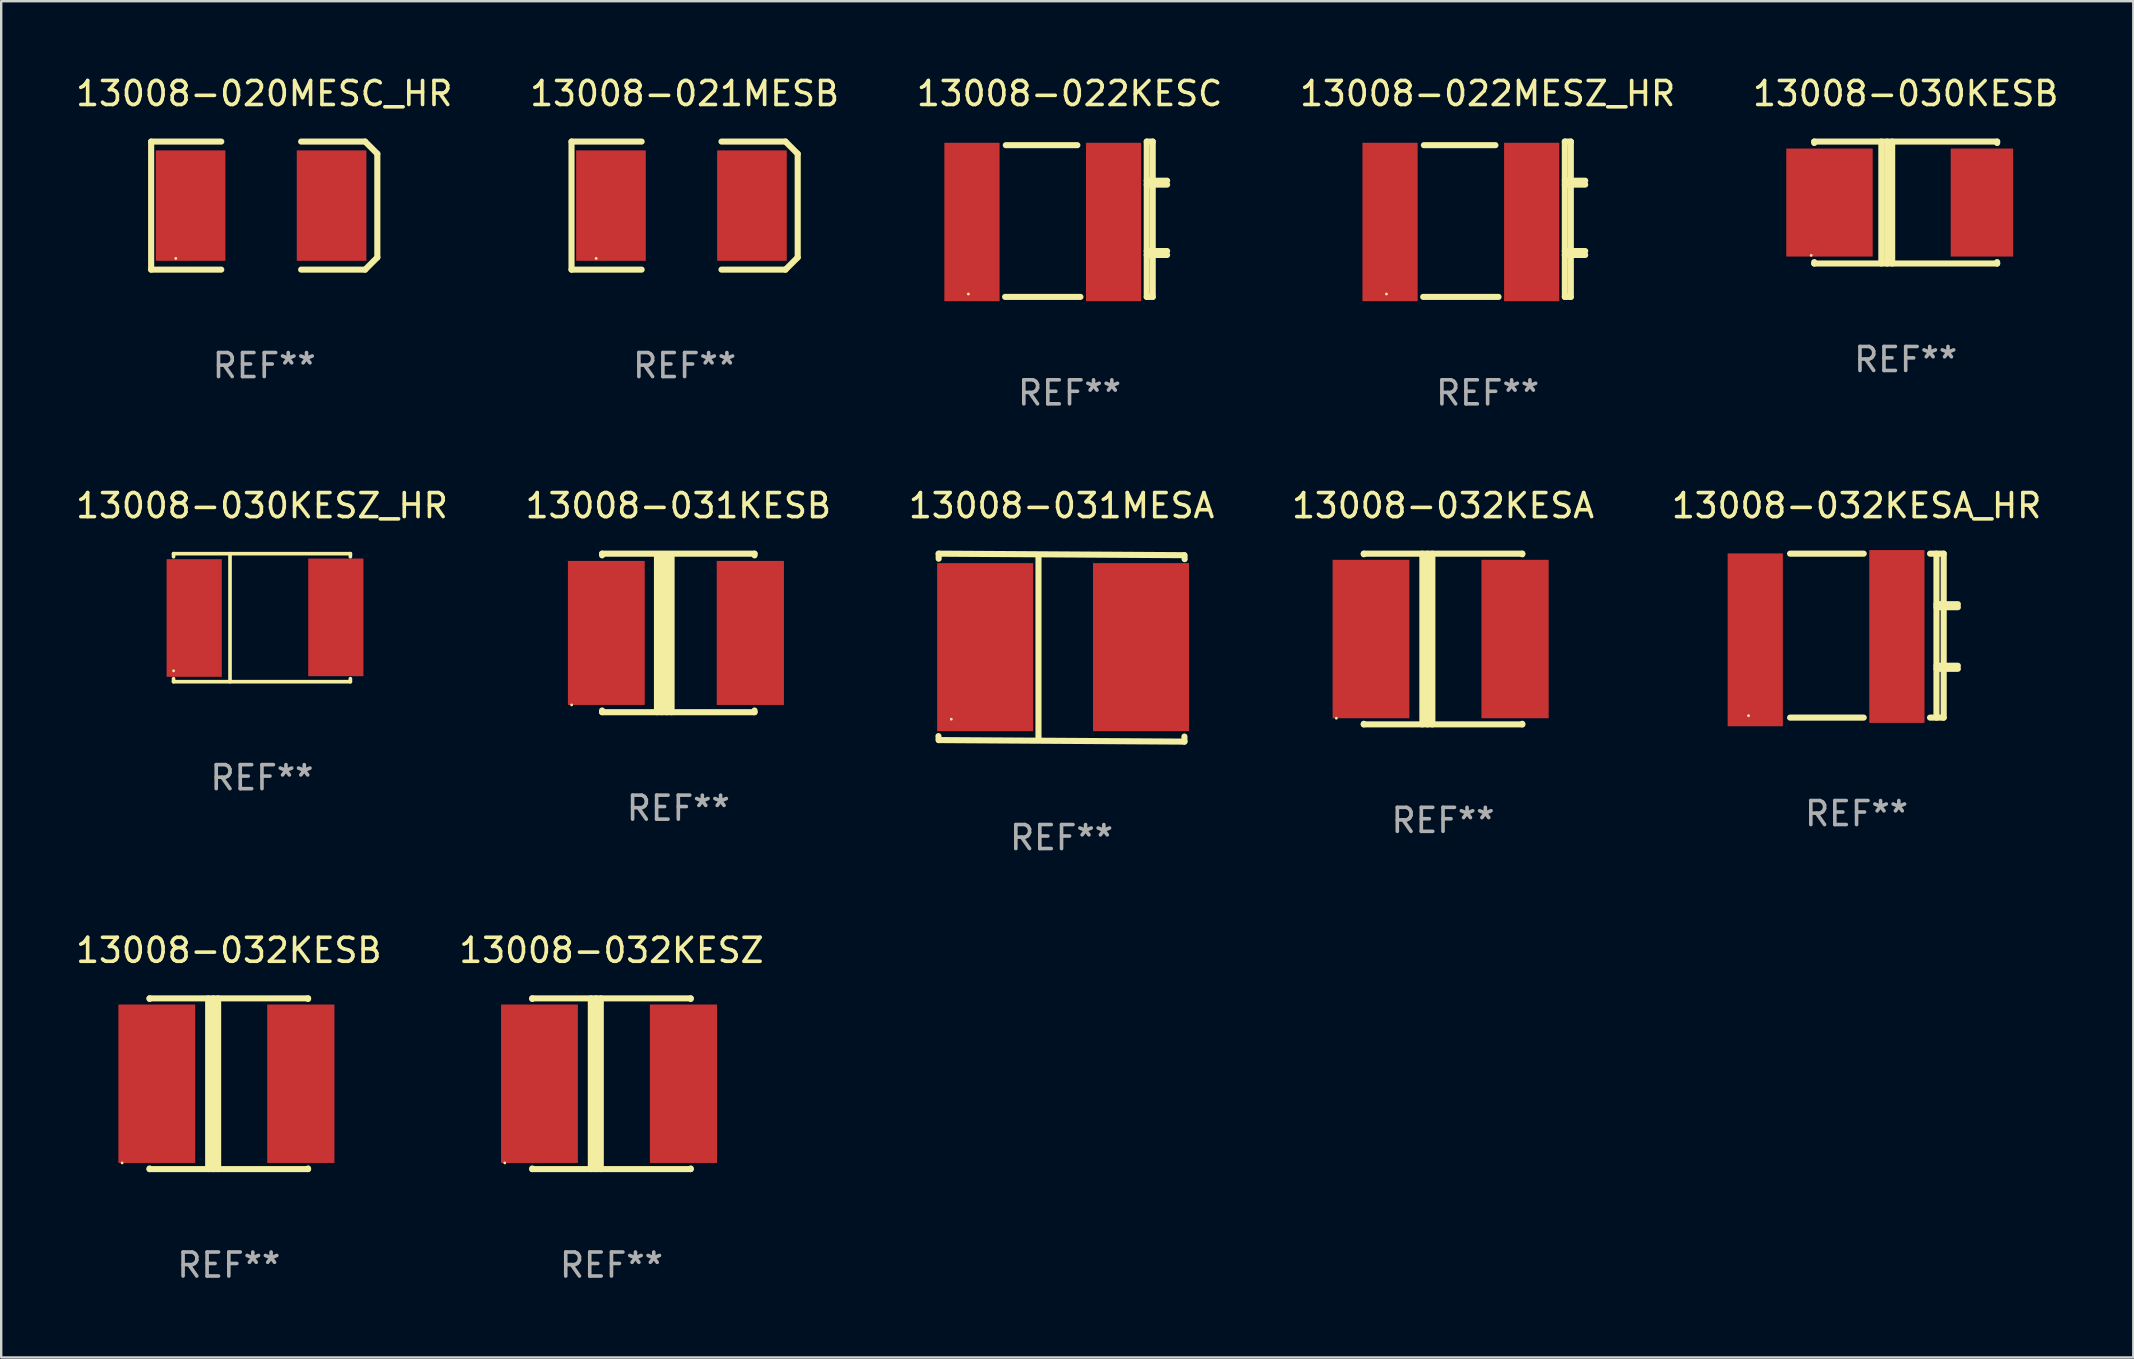
<source format=kicad_pcb>
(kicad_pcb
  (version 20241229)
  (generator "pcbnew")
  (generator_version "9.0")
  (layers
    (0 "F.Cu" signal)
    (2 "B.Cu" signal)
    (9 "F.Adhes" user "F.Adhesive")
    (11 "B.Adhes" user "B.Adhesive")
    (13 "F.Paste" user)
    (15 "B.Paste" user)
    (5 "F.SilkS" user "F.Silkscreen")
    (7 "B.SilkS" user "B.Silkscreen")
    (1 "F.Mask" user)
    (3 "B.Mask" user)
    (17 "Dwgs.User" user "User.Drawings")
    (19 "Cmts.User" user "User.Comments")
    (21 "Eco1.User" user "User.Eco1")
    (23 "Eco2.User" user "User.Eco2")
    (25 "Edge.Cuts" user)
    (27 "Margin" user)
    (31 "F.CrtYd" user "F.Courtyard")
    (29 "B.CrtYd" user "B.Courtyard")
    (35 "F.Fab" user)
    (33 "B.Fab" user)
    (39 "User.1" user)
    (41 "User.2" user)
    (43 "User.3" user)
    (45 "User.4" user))
  (footprint "13008-032KESA_HR"
    (layer "F.Cu")
    (at 74.292 23.43)
    (property "Reference" "13008-032KESA_HR" (at 0 -5.415 0) (layer "F.SilkS") (effects (font (size 1 1) (thickness 0.15))))
    (attr through_hole)
    (fp_line (start -2.77 -3.415) (end 0.299 -3.415) (stroke (width 0.254) (type solid)) (layer "F.SilkS"))
    (fp_line (start 0.299 3.415) (end -2.769 3.415) (stroke (width 0.254) (type solid)) (layer "F.SilkS"))
    (fp_line (start 3.061 -3.415) (end 3.63 -3.415) (stroke (width 0.254) (type solid)) (layer "F.SilkS"))
    (fp_line (start 3.329 -3.415) (end 3.329 3.415) (stroke (width 0.254) (type solid)) (layer "F.SilkS"))
    (fp_line (start 3.329 -1.311) (end 4.22 -1.311) (stroke (width 0.254) (type solid)) (layer "F.SilkS"))
    (fp_line (start 3.329 -1.184) (end 4.22 -1.184) (stroke (width 0.254) (type solid)) (layer "F.SilkS"))
    (fp_line (start 3.33 1.254) (end 4.22 1.254) (stroke (width 0.254) (type solid)) (layer "F.SilkS"))
    (fp_line (start 3.33 1.381) (end 4.22 1.381) (stroke (width 0.254) (type solid)) (layer "F.SilkS"))
    (fp_line (start 3.63 -3.415) (end 3.63 3.415) (stroke (width 0.254) (type solid)) (layer "F.SilkS"))
    (fp_line (start 3.63 3.415) (end 3.061 3.415) (stroke (width 0.254) (type solid)) (layer "F.SilkS"))
    (fp_circle (center -4.5 3.335) (end -4.47 3.335) (stroke (width 0.06) (type solid)) (fill no) (layer "F.SilkS"))
    (fp_text user "REF**" (at 0 7.415 0) (layer "F.Fab") (effects (font (size 1 1) (thickness 0.15))))
    (pad "1" smd rect (at -4.22 0.175) (size 2.3 7.2) (layers "F.Cu" "F.Mask" "F.Paste"))
    (pad "2" smd rect (at 1.68 0.035) (size 2.3 7.2) (layers "F.Cu" "F.Mask" "F.Paste")))
  (footprint "13008-020MESC_HR"
    (layer "F.Cu")
    (at 7.958 5.515)
    (property "Reference" "13008-020MESC_HR" (at 0 -4.667 0) (layer "F.SilkS") (effects (font (size 1 1) (thickness 0.15))))
    (attr through_hole)
    (fp_line (start -4.711 -2.667) (end -4.711 2.667) (stroke (width 0.254) (type solid)) (layer "F.SilkS"))
    (fp_line (start -4.711 -2.667) (end -1.79 -2.667) (stroke (width 0.254) (type solid)) (layer "F.SilkS"))
    (fp_line (start -4.711 2.667) (end -1.79 2.667) (stroke (width 0.254) (type solid)) (layer "F.SilkS"))
    (fp_line (start 4.203 -2.667) (end 1.536 -2.667) (stroke (width 0.254) (type solid)) (layer "F.SilkS"))
    (fp_line (start 4.203 2.667) (end 1.536 2.667) (stroke (width 0.254) (type solid)) (layer "F.SilkS"))
    (fp_line (start 4.203 2.667) (end 4.711 2.159) (stroke (width 0.254) (type solid)) (layer "F.SilkS"))
    (fp_line (start 4.711 -2.159) (end 4.203 -2.667) (stroke (width 0.254) (type solid)) (layer "F.SilkS"))
    (fp_line (start 4.711 2.159) (end 4.711 -2.159) (stroke (width 0.254) (type solid)) (layer "F.SilkS"))
    (fp_circle (center -3.685 2.2) (end -3.655 2.2) (stroke (width 0.06) (type solid)) (fill no) (layer "F.SilkS"))
    (fp_text user "REF**" (at 0 6.667 0) (layer "F.Fab") (effects (font (size 1 1) (thickness 0.15))))
    (pad "1" smd rect (at -3.068 0) (size 2.9 4.6) (layers "F.Cu" "F.Mask" "F.Paste"))
    (pad "2" smd rect (at 2.805 0) (size 2.9 4.6) (layers "F.Cu" "F.Mask" "F.Paste")))
  (footprint "13008-031MESA"
    (layer "F.Cu")
    (at 41.173 23.93)
    (property "Reference" "13008-031MESA" (at 0 -5.915 0) (layer "F.SilkS") (effects (font (size 1 1) (thickness 0.15))))
    (attr through_hole)
    (fp_line (start -5.119 -3.915) (end 5.117 -3.851) (stroke (width 0.254) (type solid)) (layer "F.SilkS"))
    (fp_line (start -5.119 -3.704) (end -5.119 -3.915) (stroke (width 0.254) (type solid)) (layer "F.SilkS"))
    (fp_line (start -5.117 3.851) (end -5.128 3.686) (stroke (width 0.254) (type solid)) (layer "F.SilkS"))
    (fp_line (start -0.961 -3.801) (end -0.961 3.824) (stroke (width 0.254) (type solid)) (layer "F.SilkS"))
    (fp_line (start 5.117 -3.851) (end 5.128 -3.686) (stroke (width 0.254) (type solid)) (layer "F.SilkS"))
    (fp_line (start 5.119 3.704) (end 5.119 3.915) (stroke (width 0.254) (type solid)) (layer "F.SilkS"))
    (fp_line (start 5.119 3.915) (end -5.117 3.851) (stroke (width 0.254) (type solid)) (layer "F.SilkS"))
    (fp_circle (center -4.594 2.98) (end -4.564 2.98) (stroke (width 0.06) (type solid)) (fill no) (layer "F.SilkS"))
    (fp_text user "REF**" (at 0 7.915 0) (layer "F.Fab") (effects (font (size 1 1) (thickness 0.15))))
    (pad "1" smd rect (at -3.182 -0.02) (size 4 7) (layers "F.Cu" "F.Mask" "F.Paste"))
    (pad "2" smd rect (at 3.311 -0.02) (size 4 7) (layers "F.Cu" "F.Mask" "F.Paste")))
  (footprint "13008-031KESB"
    (layer "F.Cu")
    (at 25.208 23.317)
    (property "Reference" "13008-031KESB" (at 0 -5.302 0) (layer "F.SilkS") (effects (font (size 1 1) (thickness 0.15))))
    (attr through_hole)
    (fp_line (start -3.175 -3.231) (end -3.175 -3.302) (stroke (width 0.254) (type solid)) (layer "F.SilkS"))
    (fp_line (start -3.175 3.302) (end -3.175 3.231) (stroke (width 0.254) (type solid)) (layer "F.SilkS"))
    (fp_line (start -3.175 3.302) (end 3.175 3.302) (stroke (width 0.254) (type solid)) (layer "F.SilkS"))
    (fp_line (start -0.889 -3.175) (end -0.889 3.302) (stroke (width 0.254) (type solid)) (layer "F.SilkS"))
    (fp_line (start -0.688 -3.175) (end -0.688 3.302) (stroke (width 0.254) (type solid)) (layer "F.SilkS"))
    (fp_line (start -0.478 -3.175) (end -0.478 3.302) (stroke (width 0.254) (type solid)) (layer "F.SilkS"))
    (fp_line (start -0.281 -3.175) (end -0.281 3.302) (stroke (width 0.254) (type solid)) (layer "F.SilkS"))
    (fp_line (start 3.175 -3.302) (end -3.175 -3.302) (stroke (width 0.254) (type solid)) (layer "F.SilkS"))
    (fp_line (start 3.175 -3.302) (end 3.175 -3.231) (stroke (width 0.254) (type solid)) (layer "F.SilkS"))
    (fp_line (start 3.175 3.231) (end 3.175 3.302) (stroke (width 0.254) (type solid)) (layer "F.SilkS"))
    (fp_circle (center -4.445 3) (end -4.415 3) (stroke (width 0.06) (type solid)) (fill no) (layer "F.SilkS"))
    (fp_text user "REF**" (at 0 7.302 0) (layer "F.Fab") (effects (font (size 1 1) (thickness 0.15))))
    (pad "1" smd rect (at -3 0) (size 3.2 6) (layers "F.Cu" "F.Mask" "F.Paste"))
    (pad "2" smd rect (at 3 0) (size 2.8 6) (layers "F.Cu" "F.Mask" "F.Paste")))
  (footprint "13008-032KESA"
    (layer "F.Cu")
    (at 57.065 23.571)
    (property "Reference" "13008-032KESA" (at 0 -5.556 0) (layer "F.SilkS") (effects (font (size 1 1) (thickness 0.15))))
    (attr through_hole)
    (fp_line (start -3.302 -3.556) (end 3.302 -3.556) (stroke (width 0.254) (type solid)) (layer "F.SilkS"))
    (fp_line (start -3.302 -3.531) (end -3.302 -3.556) (stroke (width 0.254) (type solid)) (layer "F.SilkS"))
    (fp_line (start -3.302 3.556) (end -3.302 3.531) (stroke (width 0.254) (type solid)) (layer "F.SilkS"))
    (fp_line (start -0.86 -3.556) (end -0.86 3.556) (stroke (width 0.254) (type solid)) (layer "F.SilkS"))
    (fp_line (start -0.646 3.556) (end -0.646 -3.556) (stroke (width 0.254) (type solid)) (layer "F.SilkS"))
    (fp_line (start -0.445 -3.556) (end -0.445 3.556) (stroke (width 0.254) (type solid)) (layer "F.SilkS"))
    (fp_line (start 3.302 -3.556) (end 3.302 -3.531) (stroke (width 0.254) (type solid)) (layer "F.SilkS"))
    (fp_line (start 3.302 3.531) (end 3.302 3.556) (stroke (width 0.254) (type solid)) (layer "F.SilkS"))
    (fp_line (start 3.302 3.556) (end -3.302 3.556) (stroke (width 0.254) (type solid)) (layer "F.SilkS"))
    (fp_circle (center -4.445 3.3) (end -4.415 3.3) (stroke (width 0.06) (type solid)) (fill no) (layer "F.SilkS"))
    (fp_text user "REF**" (at 0 7.556 0) (layer "F.Fab") (effects (font (size 1 1) (thickness 0.15))))
    (pad "1" smd rect (at -3 0) (size 3.2 6.6) (layers "F.Cu" "F.Mask" "F.Paste"))
    (pad "2" smd rect (at 3 0) (size 2.8 6.6) (layers "F.Cu" "F.Mask" "F.Paste")))
  (footprint "13008-022KESC"
    (layer "F.Cu")
    (at 41.506 6.083)
    (property "Reference" "13008-022KESC" (at 0 -5.235 0) (layer "F.SilkS") (effects (font (size 1 1) (thickness 0.15))))
    (attr through_hole)
    (fp_line (start -2.655 -3.085) (end 0.325 -3.085) (stroke (width 0.254) (type solid)) (layer "F.SilkS"))
    (fp_line (start 0.454 3.235) (end -2.685 3.235) (stroke (width 0.254) (type solid)) (layer "F.SilkS"))
    (fp_line (start 3.215 1.325) (end 4.064 1.325) (stroke (width 0.254) (type solid)) (layer "F.SilkS"))
    (fp_line (start 3.215 1.488) (end 4.064 1.488) (stroke (width 0.254) (type solid)) (layer "F.SilkS"))
    (fp_line (start 3.216 -3.235) (end 3.216 3.235) (stroke (width 0.254) (type solid)) (layer "F.SilkS"))
    (fp_line (start 3.216 -3.235) (end 3.465 -3.235) (stroke (width 0.254) (type solid)) (layer "F.SilkS"))
    (fp_line (start 3.216 -1.606) (end 4.065 -1.606) (stroke (width 0.254) (type solid)) (layer "F.SilkS"))
    (fp_line (start 3.216 -1.443) (end 4.065 -1.443) (stroke (width 0.254) (type solid)) (layer "F.SilkS"))
    (fp_line (start 3.465 -3.235) (end 3.465 3.235) (stroke (width 0.254) (type solid)) (layer "F.SilkS"))
    (fp_line (start 3.465 3.235) (end 3.216 3.235) (stroke (width 0.254) (type solid)) (layer "F.SilkS"))
    (fp_circle (center -4.215 3.115) (end -4.185 3.115) (stroke (width 0.06) (type solid)) (fill no) (layer "F.SilkS"))
    (fp_text user "REF**" (at 0 7.235 0) (layer "F.Fab") (effects (font (size 1 1) (thickness 0.15))))
    (pad "1" smd rect (at -4.065 0.115) (size 2.3 6.6) (layers "F.Cu" "F.Mask" "F.Paste"))
    (pad "2" smd rect (at 1.835 0.115) (size 2.3 6.6) (layers "F.Cu" "F.Mask" "F.Paste")))
  (footprint "13008-032KESZ"
    (layer "F.Cu")
    (at 22.423 42.097)
    (property "Reference" "13008-032KESZ" (at 0 -5.556 0) (layer "F.SilkS") (effects (font (size 1 1) (thickness 0.15))))
    (attr through_hole)
    (fp_line (start -3.302 -3.556) (end 3.302 -3.556) (stroke (width 0.254) (type solid)) (layer "F.SilkS"))
    (fp_line (start -3.302 -3.531) (end -3.302 -3.556) (stroke (width 0.254) (type solid)) (layer "F.SilkS"))
    (fp_line (start -3.302 3.556) (end -3.302 3.531) (stroke (width 0.254) (type solid)) (layer "F.SilkS"))
    (fp_line (start -0.86 -3.556) (end -0.86 3.556) (stroke (width 0.254) (type solid)) (layer "F.SilkS"))
    (fp_line (start -0.646 3.556) (end -0.646 -3.556) (stroke (width 0.254) (type solid)) (layer "F.SilkS"))
    (fp_line (start -0.445 -3.556) (end -0.445 3.556) (stroke (width 0.254) (type solid)) (layer "F.SilkS"))
    (fp_line (start 3.302 -3.556) (end 3.302 -3.531) (stroke (width 0.254) (type solid)) (layer "F.SilkS"))
    (fp_line (start 3.302 3.531) (end 3.302 3.556) (stroke (width 0.254) (type solid)) (layer "F.SilkS"))
    (fp_line (start 3.302 3.556) (end -3.302 3.556) (stroke (width 0.254) (type solid)) (layer "F.SilkS"))
    (fp_circle (center -4.445 3.3) (end -4.415 3.3) (stroke (width 0.06) (type solid)) (fill no) (layer "F.SilkS"))
    (fp_text user "REF**" (at 0 7.556 0) (layer "F.Fab") (effects (font (size 1 1) (thickness 0.15))))
    (pad "1" smd rect (at -3 0) (size 3.2 6.6) (layers "F.Cu" "F.Mask" "F.Paste"))
    (pad "2" smd rect (at 3 0) (size 2.8 6.6) (layers "F.Cu" "F.Mask" "F.Paste")))
  (footprint "13008-032KESB"
    (layer "F.Cu")
    (at 6.482 42.097)
    (property "Reference" "13008-032KESB" (at 0 -5.556 0) (layer "F.SilkS") (effects (font (size 1 1) (thickness 0.15))))
    (attr through_hole)
    (fp_line (start -3.302 -3.556) (end 3.302 -3.556) (stroke (width 0.254) (type solid)) (layer "F.SilkS"))
    (fp_line (start -3.302 -3.531) (end -3.302 -3.556) (stroke (width 0.254) (type solid)) (layer "F.SilkS"))
    (fp_line (start -3.302 3.556) (end -3.302 3.531) (stroke (width 0.254) (type solid)) (layer "F.SilkS"))
    (fp_line (start -0.86 -3.556) (end -0.86 3.556) (stroke (width 0.254) (type solid)) (layer "F.SilkS"))
    (fp_line (start -0.646 3.556) (end -0.646 -3.556) (stroke (width 0.254) (type solid)) (layer "F.SilkS"))
    (fp_line (start -0.445 -3.556) (end -0.445 3.556) (stroke (width 0.254) (type solid)) (layer "F.SilkS"))
    (fp_line (start 3.302 -3.556) (end 3.302 -3.531) (stroke (width 0.254) (type solid)) (layer "F.SilkS"))
    (fp_line (start 3.302 3.531) (end 3.302 3.556) (stroke (width 0.254) (type solid)) (layer "F.SilkS"))
    (fp_line (start 3.302 3.556) (end -3.302 3.556) (stroke (width 0.254) (type solid)) (layer "F.SilkS"))
    (fp_circle (center -4.445 3.3) (end -4.415 3.3) (stroke (width 0.06) (type solid)) (fill no) (layer "F.SilkS"))
    (fp_text user "REF**" (at 0 7.556 0) (layer "F.Fab") (effects (font (size 1 1) (thickness 0.15))))
    (pad "1" smd rect (at -3 0) (size 3.2 6.6) (layers "F.Cu" "F.Mask" "F.Paste"))
    (pad "2" smd rect (at 3 0) (size 2.8 6.6) (layers "F.Cu" "F.Mask" "F.Paste")))
  (footprint "13008-030KESB"
    (layer "F.Cu")
    (at 76.339 5.388)
    (property "Reference" "13008-030KESB" (at 0 -4.54 0) (layer "F.SilkS") (effects (font (size 1 1) (thickness 0.15))))
    (attr through_hole)
    (fp_line (start -3.81 -2.54) (end -3.81 -2.481) (stroke (width 0.254) (type solid)) (layer "F.SilkS"))
    (fp_line (start -3.81 -2.54) (end 3.81 -2.54) (stroke (width 0.254) (type solid)) (layer "F.SilkS"))
    (fp_line (start -3.81 2.481) (end -3.81 2.54) (stroke (width 0.254) (type solid)) (layer "F.SilkS"))
    (fp_line (start -3.81 2.54) (end 3.81 2.54) (stroke (width 0.254) (type solid)) (layer "F.SilkS"))
    (fp_line (start -1.014 -2.54) (end -1.014 2.54) (stroke (width 0.254) (type solid)) (layer "F.SilkS"))
    (fp_line (start -0.774 -2.54) (end -0.774 2.54) (stroke (width 0.254) (type solid)) (layer "F.SilkS"))
    (fp_line (start -0.563 -2.54) (end -0.563 2.54) (stroke (width 0.254) (type solid)) (layer "F.SilkS"))
    (fp_line (start 3.81 -2.481) (end 3.81 -2.54) (stroke (width 0.254) (type solid)) (layer "F.SilkS"))
    (fp_line (start 3.81 2.54) (end 3.81 2.481) (stroke (width 0.254) (type solid)) (layer "F.SilkS"))
    (fp_circle (center -3.937 2.2) (end -3.907 2.2) (stroke (width 0.06) (type solid)) (fill no) (layer "F.SilkS"))
    (fp_text user "REF**" (at 0 6.54 0) (layer "F.Fab") (effects (font (size 1 1) (thickness 0.15))))
    (pad "1" smd rect (at -3.175 0) (size 3.6 4.5) (layers "F.Cu" "F.Mask" "F.Paste"))
    (pad "2" smd rect (at 3.175 0) (size 2.6 4.5) (layers "F.Cu" "F.Mask" "F.Paste")))
  (footprint "13008-021MESB"
    (layer "F.Cu")
    (at 25.47 5.515)
    (property "Reference" "13008-021MESB" (at 0 -4.667 0) (layer "F.SilkS") (effects (font (size 1 1) (thickness 0.15))))
    (attr through_hole)
    (fp_line (start -4.711 -2.667) (end -4.711 2.667) (stroke (width 0.254) (type solid)) (layer "F.SilkS"))
    (fp_line (start -4.711 -2.667) (end -1.79 -2.667) (stroke (width 0.254) (type solid)) (layer "F.SilkS"))
    (fp_line (start -4.711 2.667) (end -1.79 2.667) (stroke (width 0.254) (type solid)) (layer "F.SilkS"))
    (fp_line (start 4.203 -2.667) (end 1.536 -2.667) (stroke (width 0.254) (type solid)) (layer "F.SilkS"))
    (fp_line (start 4.203 2.667) (end 1.536 2.667) (stroke (width 0.254) (type solid)) (layer "F.SilkS"))
    (fp_line (start 4.203 2.667) (end 4.711 2.159) (stroke (width 0.254) (type solid)) (layer "F.SilkS"))
    (fp_line (start 4.711 -2.159) (end 4.203 -2.667) (stroke (width 0.254) (type solid)) (layer "F.SilkS"))
    (fp_line (start 4.711 2.159) (end 4.711 -2.159) (stroke (width 0.254) (type solid)) (layer "F.SilkS"))
    (fp_circle (center -3.685 2.2) (end -3.655 2.2) (stroke (width 0.06) (type solid)) (fill no) (layer "F.SilkS"))
    (fp_text user "REF**" (at 0 6.667 0) (layer "F.Fab") (effects (font (size 1 1) (thickness 0.15))))
    (pad "1" smd rect (at -3.068 0) (size 2.9 4.6) (layers "F.Cu" "F.Mask" "F.Paste"))
    (pad "2" smd rect (at 2.805 0) (size 2.9 4.6) (layers "F.Cu" "F.Mask" "F.Paste")))
  (footprint "13008-022MESZ_HR"
    (layer "F.Cu")
    (at 58.923 6.083)
    (property "Reference" "13008-022MESZ_HR" (at 0 -5.235 0) (layer "F.SilkS") (effects (font (size 1 1) (thickness 0.15))))
    (attr through_hole)
    (fp_line (start -2.655 -3.085) (end 0.325 -3.085) (stroke (width 0.254) (type solid)) (layer "F.SilkS"))
    (fp_line (start 0.454 3.235) (end -2.685 3.235) (stroke (width 0.254) (type solid)) (layer "F.SilkS"))
    (fp_line (start 3.215 1.325) (end 4.064 1.325) (stroke (width 0.254) (type solid)) (layer "F.SilkS"))
    (fp_line (start 3.215 1.488) (end 4.064 1.488) (stroke (width 0.254) (type solid)) (layer "F.SilkS"))
    (fp_line (start 3.216 -3.235) (end 3.216 3.235) (stroke (width 0.254) (type solid)) (layer "F.SilkS"))
    (fp_line (start 3.216 -3.235) (end 3.465 -3.235) (stroke (width 0.254) (type solid)) (layer "F.SilkS"))
    (fp_line (start 3.216 -1.606) (end 4.065 -1.606) (stroke (width 0.254) (type solid)) (layer "F.SilkS"))
    (fp_line (start 3.216 -1.443) (end 4.065 -1.443) (stroke (width 0.254) (type solid)) (layer "F.SilkS"))
    (fp_line (start 3.465 -3.235) (end 3.465 3.235) (stroke (width 0.254) (type solid)) (layer "F.SilkS"))
    (fp_line (start 3.465 3.235) (end 3.216 3.235) (stroke (width 0.254) (type solid)) (layer "F.SilkS"))
    (fp_circle (center -4.215 3.115) (end -4.185 3.115) (stroke (width 0.06) (type solid)) (fill no) (layer "F.SilkS"))
    (fp_text user "REF**" (at 0 7.235 0) (layer "F.Fab") (effects (font (size 1 1) (thickness 0.15))))
    (pad "1" smd rect (at -4.065 0.115) (size 2.3 6.6) (layers "F.Cu" "F.Mask" "F.Paste"))
    (pad "2" smd rect (at 1.835 0.115) (size 2.3 6.6) (layers "F.Cu" "F.Mask" "F.Paste")))
  (footprint "13008-030KESZ_HR"
    (layer "F.Cu")
    (at 7.863 22.682)
    (property "Reference" "13008-030KESZ_HR" (at 0 -4.667 0) (layer "F.SilkS") (effects (font (size 1 1) (thickness 0.15))))
    (attr through_hole)
    (fp_line (start -3.683 -2.667) (end 3.683 -2.667) (stroke (width 0.152) (type solid)) (layer "F.SilkS"))
    (fp_line (start -3.683 -2.54) (end -3.683 -2.667) (stroke (width 0.152) (type solid)) (layer "F.SilkS"))
    (fp_line (start -3.683 2.54) (end -3.683 2.667) (stroke (width 0.152) (type solid)) (layer "F.SilkS"))
    (fp_line (start -3.683 2.667) (end 3.683 2.667) (stroke (width 0.152) (type solid)) (layer "F.SilkS"))
    (fp_line (start -1.331 -2.667) (end -1.331 2.667) (stroke (width 0.152) (type solid)) (layer "F.SilkS"))
    (fp_line (start 3.683 -2.667) (end 3.683 -2.54) (stroke (width 0.152) (type solid)) (layer "F.SilkS"))
    (fp_line (start 3.683 2.667) (end 3.683 2.54) (stroke (width 0.152) (type solid)) (layer "F.SilkS"))
    (fp_circle (center -3.681 2.213) (end -3.651 2.213) (stroke (width 0.06) (type solid)) (fill no) (layer "F.SilkS"))
    (fp_text user "REF**" (at 0 6.667 0) (layer "F.Fab") (effects (font (size 1 1) (thickness 0.15))))
    (pad "1" smd rect (at -2.823 0.013) (size 2.3 4.9) (layers "F.Cu" "F.Mask" "F.Paste"))
    (pad "2" smd rect (at 3.077 -0.013) (size 2.3 4.9) (layers "F.Cu" "F.Mask" "F.Paste")))
  (gr_rect
    (start -3 -3)
    (end 85.821 53.501)
    (stroke (width 0.1) (type default))
    (fill no)
    (layer "Edge.Cuts")))
</source>
